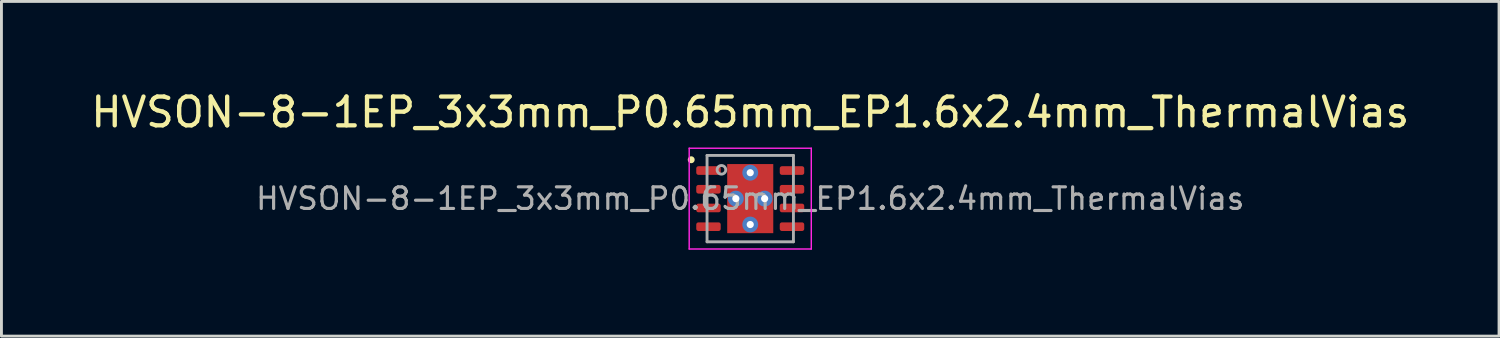
<source format=kicad_pcb>
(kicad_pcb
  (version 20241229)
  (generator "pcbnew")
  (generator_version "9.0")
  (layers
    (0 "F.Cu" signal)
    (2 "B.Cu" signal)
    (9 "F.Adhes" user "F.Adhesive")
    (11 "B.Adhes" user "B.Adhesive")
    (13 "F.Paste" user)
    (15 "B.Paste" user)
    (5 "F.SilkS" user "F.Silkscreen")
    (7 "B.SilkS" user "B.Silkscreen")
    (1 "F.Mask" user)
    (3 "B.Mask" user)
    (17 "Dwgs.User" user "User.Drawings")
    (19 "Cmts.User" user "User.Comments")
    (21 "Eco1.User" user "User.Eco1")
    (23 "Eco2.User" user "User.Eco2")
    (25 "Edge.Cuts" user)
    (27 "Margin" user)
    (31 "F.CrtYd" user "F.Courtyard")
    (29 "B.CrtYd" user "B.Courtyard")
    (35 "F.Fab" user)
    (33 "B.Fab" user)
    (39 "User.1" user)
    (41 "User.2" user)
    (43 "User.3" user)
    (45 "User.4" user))
  (footprint "HVSON-8-1EP_3x3mm_P0.65mm_EP1.6x2.4mm_ThermalVias"
    (layer "F.Cu")
    (at 23.006 3.848)
    (property "Reference" "HVSON-8-1EP_3x3mm_P0.65mm_EP1.6x2.4mm_ThermalVias" (at 0 -3 0) (unlocked yes) (layer "F.SilkS") (effects (font (size 1 1) (thickness 0.15))))
    (attr smd)
    (fp_circle (center -2.05 -1.35) (end -1.979 -1.35) (stroke (width 0.1) (type solid)) (fill yes) (layer "F.SilkS"))
    (fp_line (start -2.12 -1.75) (end -2.12 1.75) (stroke (width 0.05) (type solid)) (layer "F.CrtYd"))
    (fp_line (start -2.12 1.75) (end 2.12 1.75) (stroke (width 0.05) (type solid)) (layer "F.CrtYd"))
    (fp_line (start 2.12 -1.75) (end -2.12 -1.75) (stroke (width 0.05) (type solid)) (layer "F.CrtYd"))
    (fp_line (start 2.12 1.75) (end 2.12 -1.75) (stroke (width 0.05) (type solid)) (layer "F.CrtYd"))
    (fp_line (start -1.5 -1.5) (end 1.5 -1.5) (stroke (width 0.1) (type solid)) (layer "F.Fab"))
    (fp_line (start -1.5 1.5) (end -1.5 -1.5) (stroke (width 0.1) (type solid)) (layer "F.Fab"))
    (fp_line (start 1.5 -1.5) (end 1.5 1.5) (stroke (width 0.1) (type solid)) (layer "F.Fab"))
    (fp_line (start 1.5 1.5) (end -1.5 1.5) (stroke (width 0.1) (type solid)) (layer "F.Fab"))
    (fp_circle (center -1 -1) (end -0.85 -1) (stroke (width 0.1) (type solid)) (fill no) (layer "F.Fab"))
    (fp_text user "${REFERENCE}" (at 0 0 0) (layer "F.Fab") (effects (font (size 0.75 0.75) (thickness 0.11))))
    (pad "" smd roundrect (at 0 -0.6) (size 1.4 1) (layers "F.Paste") (roundrect_rratio 0.25))
    (pad "" smd roundrect (at 0 0.6) (size 1.4 1) (layers "F.Paste") (roundrect_rratio 0.25))
    (pad "1" smd roundrect (at -1.45 -0.975) (size 0.85 0.3) (layers "F.Cu" "F.Mask" "F.Paste") (roundrect_rratio 0.25))
    (pad "2" smd roundrect (at -1.45 -0.325) (size 0.85 0.3) (layers "F.Cu" "F.Mask" "F.Paste") (roundrect_rratio 0.25))
    (pad "3" smd roundrect (at -1.45 0.325) (size 0.85 0.3) (layers "F.Cu" "F.Mask" "F.Paste") (roundrect_rratio 0.25))
    (pad "4" smd roundrect (at -1.45 0.975) (size 0.85 0.3) (layers "F.Cu" "F.Mask" "F.Paste") (roundrect_rratio 0.25))
    (pad "5" smd roundrect (at 1.45 0.975) (size 0.85 0.3) (layers "F.Cu" "F.Mask" "F.Paste") (roundrect_rratio 0.25))
    (pad "6" smd roundrect (at 1.45 0.325) (size 0.85 0.3) (layers "F.Cu" "F.Mask" "F.Paste") (roundrect_rratio 0.25))
    (pad "7" smd roundrect (at 1.45 -0.325) (size 0.85 0.3) (layers "F.Cu" "F.Mask" "F.Paste") (roundrect_rratio 0.25))
    (pad "8" smd roundrect (at 1.45 -0.975) (size 0.85 0.3) (layers "F.Cu" "F.Mask" "F.Paste") (roundrect_rratio 0.25))
    (pad "9" thru_hole circle (at -0.5 0) (size 0.55 0.55) (drill 0.25) (layers "*.Cu"))
    (pad "9" thru_hole circle (at 0 -0.9) (size 0.55 0.55) (drill 0.25) (layers "*.Cu"))
    (pad "9" smd rect (at 0 0) (size 1.6 2.4) (layers "F.Cu" "F.Mask"))
    (pad "9" thru_hole circle (at 0 0.9) (size 0.55 0.55) (drill 0.25) (layers "*.Cu"))
    (pad "9" thru_hole circle (at 0.5 0) (size 0.55 0.55) (drill 0.25) (layers "*.Cu")))
  (gr_rect
    (start -3 -3)
    (end 49.012 8.623)
    (stroke (width 0.1) (type default))
    (fill no)
    (layer "Edge.Cuts")))
</source>
